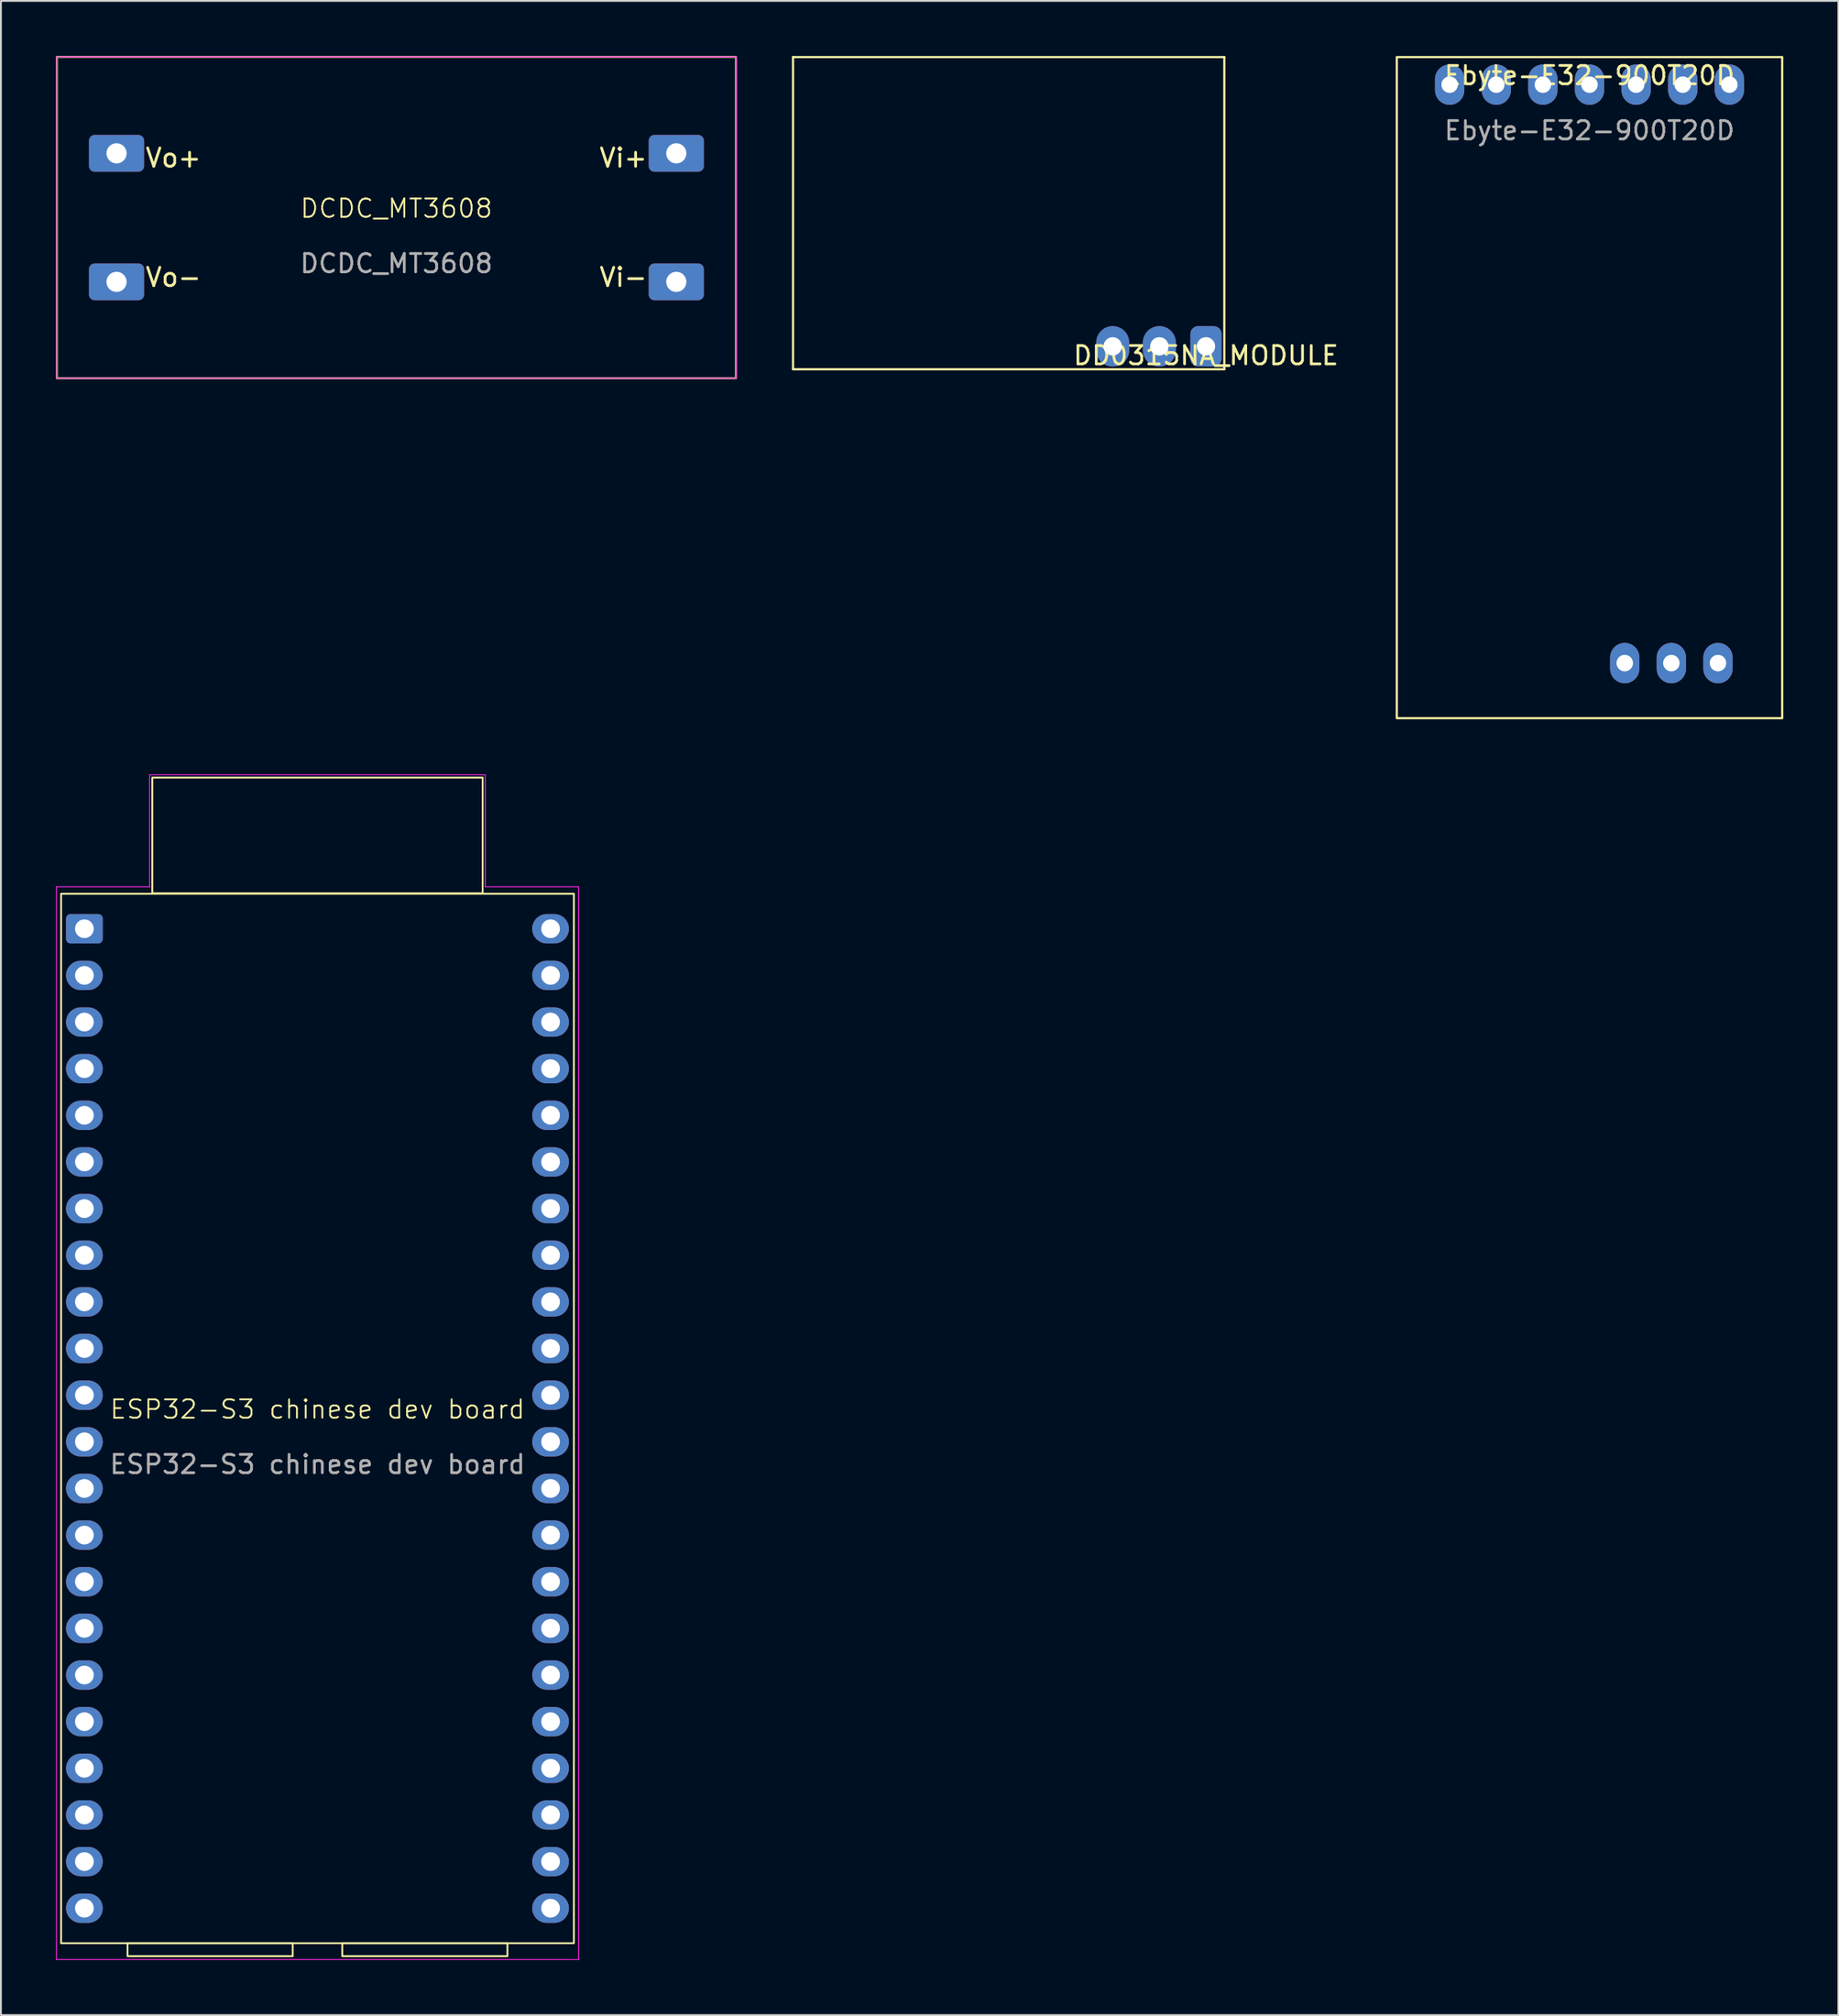
<source format=kicad_pcb>
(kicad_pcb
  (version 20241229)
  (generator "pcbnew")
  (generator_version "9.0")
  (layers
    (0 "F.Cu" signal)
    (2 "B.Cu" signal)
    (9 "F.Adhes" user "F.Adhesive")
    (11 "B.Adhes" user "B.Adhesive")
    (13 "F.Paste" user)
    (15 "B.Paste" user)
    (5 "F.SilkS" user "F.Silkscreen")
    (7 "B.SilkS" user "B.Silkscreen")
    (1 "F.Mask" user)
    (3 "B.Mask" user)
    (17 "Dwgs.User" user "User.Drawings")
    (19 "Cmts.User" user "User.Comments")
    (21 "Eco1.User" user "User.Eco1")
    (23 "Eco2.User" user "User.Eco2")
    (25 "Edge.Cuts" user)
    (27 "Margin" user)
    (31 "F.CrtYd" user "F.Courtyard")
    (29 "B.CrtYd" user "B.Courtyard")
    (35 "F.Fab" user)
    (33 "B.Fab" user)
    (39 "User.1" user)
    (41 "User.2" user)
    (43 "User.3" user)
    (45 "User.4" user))
  (footprint "DD0315NA_MODULE"
    (layer "F.Cu")
    (at 62.66 15.81)
    (property "Reference" "DD0315NA_MODULE" (at 0 0.5 0) (layer "F.SilkS") (effects (font (size 1 1) (thickness 0.15))))
    (attr through_hole)
    (fp_line (start -22.5 -15.75) (end 1 -15.75) (stroke (width 0.12) (type solid)) (layer "F.SilkS"))
    (fp_line (start -22.5 1.25) (end -22.5 -15.75) (stroke (width 0.12) (type solid)) (layer "F.SilkS"))
    (fp_line (start 1 -15.75) (end 1 1.25) (stroke (width 0.12) (type solid)) (layer "F.SilkS"))
    (fp_line (start 1 1.25) (end -22.5 1.25) (stroke (width 0.12) (type solid)) (layer "F.SilkS"))
    (pad "1" thru_hole roundrect (at 0 0) (size 1.7 2.2) (drill 1) (layers "*.Cu" "*.Mask") (roundrect_rratio 0.25))
    (pad "2" thru_hole oval (at -2.54 0) (size 1.8 2.2) (drill 1) (layers "*.Cu" "*.Mask"))
    (pad "3" thru_hole oval (at -5.08 0) (size 1.8 2.2) (drill 1) (layers "*.Cu" "*.Mask")))
  (footprint "ESP32-S3 chinese dev board"
    (layer "F.Cu")
    (at 14.249 74.197)
    (property "Reference" "ESP32-S3 chinese dev board" (at 0 -0.5 0) (unlocked yes) (layer "F.SilkS") (effects (font (size 1 1) (thickness 0.1))))
    (attr smd)
    (fp_rect (start -13.97 -28.575) (end 13.97 28.575) (stroke (width 0.1) (type solid)) (fill no) (layer "F.SilkS"))
    (fp_rect (start -10.35 28.58) (end -1.35 29.28) (stroke (width 0.1) (type default)) (fill no) (layer "F.SilkS"))
    (fp_rect (start -9 -34.9) (end 9 -28.6) (stroke (width 0.1) (type solid)) (fill no) (layer "F.SilkS"))
    (fp_rect (start 1.35 28.58) (end 10.35 29.28) (stroke (width 0.1) (type default)) (fill no) (layer "F.SilkS"))
    (fp_line (start -14.224 -28.956) (end -9.144 -28.956) (stroke (width 0.05) (type default)) (layer "F.CrtYd"))
    (fp_line (start -14.224 29.464) (end -14.224 -28.956) (stroke (width 0.05) (type default)) (layer "F.CrtYd"))
    (fp_line (start -9.144 -35.052) (end 9.144 -35.052) (stroke (width 0.05) (type default)) (layer "F.CrtYd"))
    (fp_line (start -9.144 -28.956) (end -9.144 -35.052) (stroke (width 0.05) (type default)) (layer "F.CrtYd"))
    (fp_line (start 9.144 -35.052) (end 9.144 -28.956) (stroke (width 0.05) (type default)) (layer "F.CrtYd"))
    (fp_line (start 9.144 -28.956) (end 14.224 -28.956) (stroke (width 0.05) (type default)) (layer "F.CrtYd"))
    (fp_line (start 14.224 -28.956) (end 14.224 29.464) (stroke (width 0.05) (type default)) (layer "F.CrtYd"))
    (fp_line (start 14.224 29.464) (end -14.224 29.464) (stroke (width 0.05) (type default)) (layer "F.CrtYd"))
    (fp_text user "${REFERENCE}" (at 0 2.5 0) (unlocked yes) (layer "F.Fab") (effects (font (size 1 1) (thickness 0.15))))
    (pad "1" thru_hole roundrect (at -12.7 -26.67) (size 2 1.6) (drill 1.02) (layers "*.Cu" "*.Mask") (roundrect_rratio 0.15))
    (pad "2" thru_hole oval (at -12.7 -24.13) (size 2 1.6) (drill 1.02) (layers "*.Cu" "*.Mask"))
    (pad "3" thru_hole oval (at -12.7 -21.59) (size 2 1.6) (drill 1.02) (layers "*.Cu" "*.Mask"))
    (pad "4" thru_hole oval (at -12.7 -19.05) (size 2 1.6) (drill 1.02) (layers "*.Cu" "*.Mask"))
    (pad "5" thru_hole oval (at -12.7 -16.51) (size 2 1.6) (drill 1.02) (layers "*.Cu" "*.Mask"))
    (pad "6" thru_hole oval (at -12.7 -13.97) (size 2 1.6) (drill 1.02) (layers "*.Cu" "*.Mask"))
    (pad "7" thru_hole oval (at -12.7 -11.43) (size 2 1.6) (drill 1.02) (layers "*.Cu" "*.Mask"))
    (pad "8" thru_hole oval (at -12.7 -8.89) (size 2 1.6) (drill 1.02) (layers "*.Cu" "*.Mask"))
    (pad "9" thru_hole oval (at -12.7 -6.35) (size 2 1.6) (drill 1.02) (layers "*.Cu" "*.Mask"))
    (pad "10" thru_hole oval (at -12.7 -3.81) (size 2 1.6) (drill 1.02) (layers "*.Cu" "*.Mask"))
    (pad "11" thru_hole oval (at -12.7 -1.27) (size 2 1.6) (drill 1.02) (layers "*.Cu" "*.Mask"))
    (pad "12" thru_hole oval (at -12.7 1.27) (size 2 1.6) (drill 1.02) (layers "*.Cu" "*.Mask"))
    (pad "13" thru_hole oval (at -12.7 3.81) (size 2 1.6) (drill 1.02) (layers "*.Cu" "*.Mask"))
    (pad "14" thru_hole oval (at -12.7 6.35) (size 2 1.6) (drill 1.02) (layers "*.Cu" "*.Mask"))
    (pad "15" thru_hole oval (at -12.7 8.89) (size 2 1.6) (drill 1.02) (layers "*.Cu" "*.Mask"))
    (pad "16" thru_hole oval (at -12.7 11.43) (size 2 1.6) (drill 1.02) (layers "*.Cu" "*.Mask"))
    (pad "17" thru_hole oval (at -12.7 13.97) (size 2 1.6) (drill 1.02) (layers "*.Cu" "*.Mask"))
    (pad "18" thru_hole oval (at -12.7 16.51) (size 2 1.6) (drill 1.02) (layers "*.Cu" "*.Mask"))
    (pad "19" thru_hole oval (at -12.7 19.05) (size 2 1.6) (drill 1.02) (layers "*.Cu" "*.Mask"))
    (pad "20" thru_hole oval (at -12.7 21.59) (size 2 1.6) (drill 1.02) (layers "*.Cu" "*.Mask"))
    (pad "21" thru_hole oval (at -12.7 24.13) (size 2 1.6) (drill 1.02) (layers "*.Cu" "*.Mask"))
    (pad "22" thru_hole oval (at -12.7 26.67) (size 2 1.6) (drill 1.02) (layers "*.Cu" "*.Mask"))
    (pad "23" thru_hole oval (at 12.7 26.67) (size 2 1.6) (drill 1.02) (layers "*.Cu" "*.Mask"))
    (pad "24" thru_hole oval (at 12.7 24.13) (size 2 1.6) (drill 1.02) (layers "*.Cu" "*.Mask"))
    (pad "25" thru_hole oval (at 12.7 21.59) (size 2 1.6) (drill 1.02) (layers "*.Cu" "*.Mask"))
    (pad "26" thru_hole oval (at 12.7 19.05) (size 2 1.6) (drill 1.02) (layers "*.Cu" "*.Mask"))
    (pad "27" thru_hole oval (at 12.7 16.51) (size 2 1.6) (drill 1.02) (layers "*.Cu" "*.Mask"))
    (pad "28" thru_hole oval (at 12.7 13.97) (size 2 1.6) (drill 1.02) (layers "*.Cu" "*.Mask"))
    (pad "29" thru_hole oval (at 12.7 11.43) (size 2 1.6) (drill 1.02) (layers "*.Cu" "*.Mask"))
    (pad "30" thru_hole oval (at 12.7 8.89) (size 2 1.6) (drill 1.02) (layers "*.Cu" "*.Mask"))
    (pad "31" thru_hole oval (at 12.7 6.35) (size 2 1.6) (drill 1.02) (layers "*.Cu" "*.Mask"))
    (pad "32" thru_hole oval (at 12.7 3.81) (size 2 1.6) (drill 1.02) (layers "*.Cu" "*.Mask"))
    (pad "33" thru_hole oval (at 12.7 1.27) (size 2 1.6) (drill 1.02) (layers "*.Cu" "*.Mask"))
    (pad "34" thru_hole oval (at 12.7 -1.27) (size 2 1.6) (drill 1.02) (layers "*.Cu" "*.Mask"))
    (pad "35" thru_hole oval (at 12.7 -3.81) (size 2 1.6) (drill 1.02) (layers "*.Cu" "*.Mask"))
    (pad "36" thru_hole oval (at 12.7 -6.35) (size 2 1.6) (drill 1.02) (layers "*.Cu" "*.Mask"))
    (pad "37" thru_hole oval (at 12.7 -8.89) (size 2 1.6) (drill 1.02) (layers "*.Cu" "*.Mask"))
    (pad "38" thru_hole oval (at 12.7 -11.43) (size 2 1.6) (drill 1.02) (layers "*.Cu" "*.Mask"))
    (pad "39" thru_hole oval (at 12.7 -13.97) (size 2 1.6) (drill 1.02) (layers "*.Cu" "*.Mask"))
    (pad "40" thru_hole oval (at 12.7 -16.51) (size 2 1.6) (drill 1.02) (layers "*.Cu" "*.Mask"))
    (pad "41" thru_hole oval (at 12.7 -19.05) (size 2 1.6) (drill 1.02) (layers "*.Cu" "*.Mask"))
    (pad "42" thru_hole oval (at 12.7 -21.59) (size 2 1.6) (drill 1.02) (layers "*.Cu" "*.Mask"))
    (pad "43" thru_hole oval (at 12.7 -24.13) (size 2 1.6) (drill 1.02) (layers "*.Cu" "*.Mask"))
    (pad "44" thru_hole oval (at 12.7 -26.67) (size 2 1.6) (drill 1.02) (layers "*.Cu" "*.Mask")))
  (footprint "Ebyte-E32-900T20D"
    (layer "F.Cu")
    (at 83.559 1.56)
    (property "Reference" "Ebyte-E32-900T20D" (at 0 -0.5 0) (unlocked yes) (layer "F.SilkS") (effects (font (size 1 1) (thickness 0.15))))
    (attr through_hole)
    (fp_rect (start -10.5 -1.5) (end 10.5 34.5) (stroke (width 0.12) (type solid)) (fill no) (layer "F.SilkS"))
    (fp_text user "${REFERENCE}" (at 0 2.5 0) (unlocked yes) (layer "F.Fab") (effects (font (size 1 1) (thickness 0.15))))
    (pad "" np_thru_hole oval (at 1.92 31.5) (size 1.6 2.2) (drill 0.9) (layers "*.Cu" "*.Mask"))
    (pad "" np_thru_hole oval (at 4.46 31.5) (size 1.6 2.2) (drill 0.9) (layers "*.Cu" "*.Mask"))
    (pad "" np_thru_hole oval (at 7 31.5) (size 1.6 2.2) (drill 0.9) (layers "*.Cu" "*.Mask"))
    (pad "1" thru_hole oval (at 7.62 0) (size 1.6 2.2) (drill 0.9) (layers "*.Cu" "*.Mask"))
    (pad "2" thru_hole oval (at 5.08 0) (size 1.6 2.2) (drill 0.9) (layers "*.Cu" "*.Mask"))
    (pad "3" thru_hole oval (at 2.54 0) (size 1.6 2.2) (drill 0.9) (layers "*.Cu" "*.Mask"))
    (pad "4" thru_hole oval (at 0 0) (size 1.6 2.2) (drill 0.9) (layers "*.Cu" "*.Mask"))
    (pad "5" thru_hole oval (at -2.54 0) (size 1.6 2.2) (drill 0.9) (layers "*.Cu" "*.Mask"))
    (pad "6" thru_hole oval (at -5.08 0) (size 1.6 2.2) (drill 0.9) (layers "*.Cu" "*.Mask"))
    (pad "7" thru_hole oval (at -7.62 0) (size 1.6 2.2) (drill 0.9) (layers "*.Cu" "*.Mask")))
  (footprint "DCDC_MT3608"
    (layer "F.Cu")
    (at 18.55 8.8)
    (property "Reference" "DCDC_MT3608" (at 0 -0.5 0) (unlocked yes) (layer "F.SilkS") (effects (font (size 1 1) (thickness 0.1))))
    (attr smd)
    (fp_rect (start -18.5 -8.75) (end 18.5 8.75) (stroke (width 0.1) (type default)) (fill no) (layer "F.SilkS"))
    (fp_rect (start -18.5 -8.75) (end 18.5 8.75) (stroke (width 0.05) (type default)) (fill no) (layer "F.CrtYd"))
    (fp_text user "Vi-" (at 13.75 3.25 0) (unlocked yes) (layer "F.SilkS") (effects (font (size 1 1) (thickness 0.15)) (justify right)))
    (fp_text user "Vi+" (at 13.75 -3.25 0) (unlocked yes) (layer "F.SilkS") (effects (font (size 1 1) (thickness 0.15)) (justify right)))
    (fp_text user "Vo-" (at -13.75 3.25 0) (unlocked yes) (layer "F.SilkS") (effects (font (size 1 1) (thickness 0.15)) (justify left)))
    (fp_text user "Vo+" (at -13.75 -3.25 0) (unlocked yes) (layer "F.SilkS") (effects (font (size 1 1) (thickness 0.15)) (justify left)))
    (fp_text user "${REFERENCE}" (at 0 2.5 0) (unlocked yes) (layer "F.Fab") (effects (font (size 1 1) (thickness 0.15))))
    (pad "1" thru_hole roundrect (at 15.25 -3.5) (size 3 2) (drill 1.1) (layers "*.Cu" "*.Mask") (roundrect_rratio 0.15))
    (pad "2" thru_hole roundrect (at 15.25 3.5) (size 3 2) (drill 1.1) (layers "*.Cu" "*.Mask") (roundrect_rratio 0.15))
    (pad "3" thru_hole roundrect (at -15.25 3.5) (size 3 2) (drill 1.1) (layers "*.Cu" "*.Mask") (roundrect_rratio 0.15))
    (pad "4" thru_hole roundrect (at -15.25 -3.5) (size 3 2) (drill 1.1) (layers "*.Cu" "*.Mask") (roundrect_rratio 0.15)))
  (gr_rect
    (start -3 -3)
    (end 97.119 106.686)
    (stroke (width 0.1) (type default))
    (fill no)
    (layer "Edge.Cuts")))
</source>
